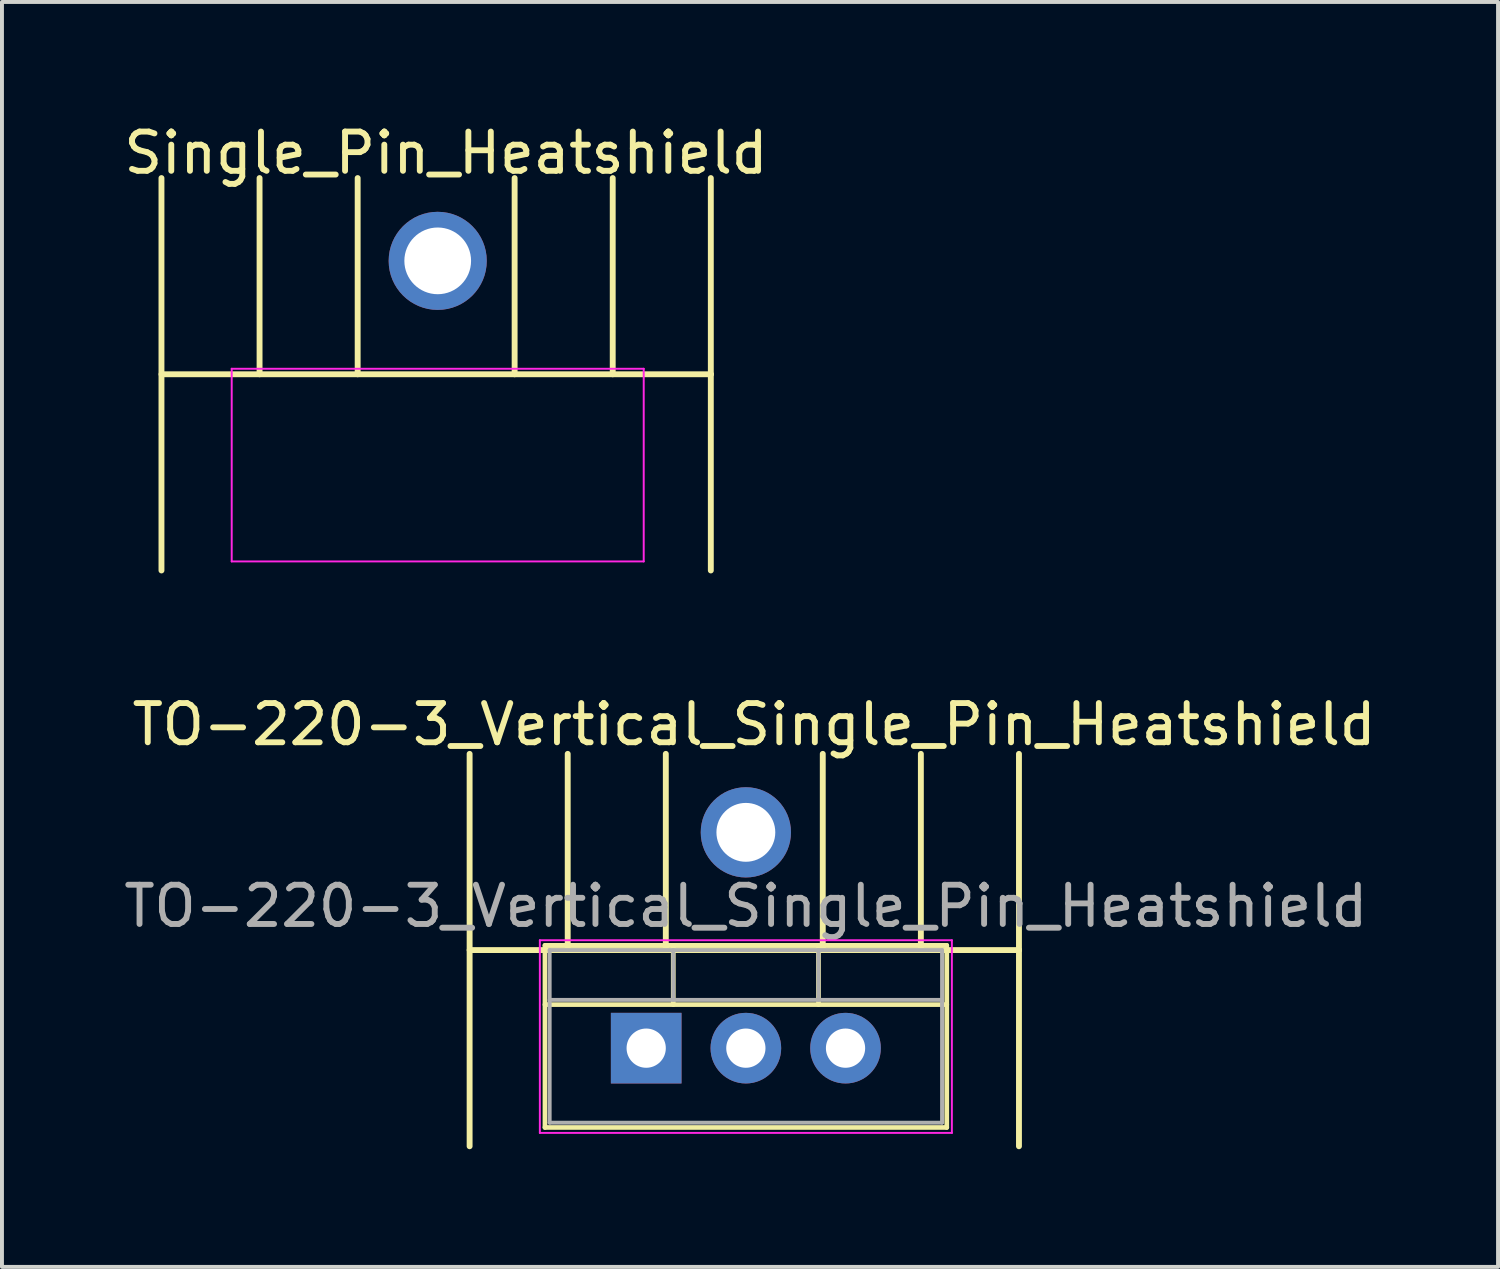
<source format=kicad_pcb>
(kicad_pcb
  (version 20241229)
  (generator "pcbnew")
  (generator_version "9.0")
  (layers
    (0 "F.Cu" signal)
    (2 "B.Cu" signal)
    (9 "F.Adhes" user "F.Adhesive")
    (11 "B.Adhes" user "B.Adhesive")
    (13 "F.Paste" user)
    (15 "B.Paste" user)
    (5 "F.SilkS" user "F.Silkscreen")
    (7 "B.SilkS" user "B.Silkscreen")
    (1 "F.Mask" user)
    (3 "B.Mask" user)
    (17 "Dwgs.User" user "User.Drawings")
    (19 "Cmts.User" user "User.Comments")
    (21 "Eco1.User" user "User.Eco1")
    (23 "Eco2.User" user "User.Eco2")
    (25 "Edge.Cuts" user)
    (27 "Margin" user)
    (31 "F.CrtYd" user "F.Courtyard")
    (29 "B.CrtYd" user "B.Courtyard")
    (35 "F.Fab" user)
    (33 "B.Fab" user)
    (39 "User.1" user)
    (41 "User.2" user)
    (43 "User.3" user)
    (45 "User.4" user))
  (footprint "TO-220-3_Vertical_Single_Pin_Heatshield"
    (layer "F.Cu")
    (at 13.418 23.662)
    (property "Reference" "TO-220-3_Vertical_Single_Pin_Heatshield" (at 2.75 -8.25 0) (layer "F.SilkS") (effects (font (size 1 1) (thickness 0.15))))
    (attr through_hole)
    (fp_line (start -4.5 -2.5) (end 9.5 -2.5) (stroke (width 0.15) (type solid)) (layer "F.SilkS"))
    (fp_line (start -4.5 2.5) (end -4.5 -7.5) (stroke (width 0.15) (type solid)) (layer "F.SilkS"))
    (fp_line (start -2.58 -2.62) (end -2.58 2.021) (stroke (width 0.12) (type solid)) (layer "F.SilkS"))
    (fp_line (start -2.58 -2.62) (end 7.66 -2.62) (stroke (width 0.12) (type solid)) (layer "F.SilkS"))
    (fp_line (start -2.58 -1.11) (end 7.66 -1.11) (stroke (width 0.12) (type solid)) (layer "F.SilkS"))
    (fp_line (start -2.58 2.021) (end 7.66 2.021) (stroke (width 0.12) (type solid)) (layer "F.SilkS"))
    (fp_line (start -2 -7.5) (end -2 -2.5) (stroke (width 0.15) (type solid)) (layer "F.SilkS"))
    (fp_line (start 0.5 -7.5) (end 0.5 -2.5) (stroke (width 0.15) (type solid)) (layer "F.SilkS"))
    (fp_line (start 0.69 -2.62) (end 0.69 -1.11) (stroke (width 0.12) (type solid)) (layer "F.SilkS"))
    (fp_line (start 4.391 -2.62) (end 4.391 -1.11) (stroke (width 0.12) (type solid)) (layer "F.SilkS"))
    (fp_line (start 4.5 -2.5) (end 4.5 -7.5) (stroke (width 0.15) (type solid)) (layer "F.SilkS"))
    (fp_line (start 7 -2.5) (end 7 -7.5) (stroke (width 0.15) (type solid)) (layer "F.SilkS"))
    (fp_line (start 7.66 -2.62) (end 7.66 2.021) (stroke (width 0.12) (type solid)) (layer "F.SilkS"))
    (fp_line (start 9.5 -2.5) (end 9.5 -7.5) (stroke (width 0.15) (type solid)) (layer "F.SilkS"))
    (fp_line (start 9.5 -2.5) (end 9.5 2.5) (stroke (width 0.15) (type solid)) (layer "F.SilkS"))
    (fp_line (start -2.71 -2.75) (end -2.71 2.16) (stroke (width 0.05) (type solid)) (layer "F.CrtYd"))
    (fp_line (start -2.71 2.16) (end 7.79 2.16) (stroke (width 0.05) (type solid)) (layer "F.CrtYd"))
    (fp_line (start 7.79 -2.75) (end -2.71 -2.75) (stroke (width 0.05) (type solid)) (layer "F.CrtYd"))
    (fp_line (start 7.79 2.16) (end 7.79 -2.75) (stroke (width 0.05) (type solid)) (layer "F.CrtYd"))
    (fp_line (start -2.46 -2.5) (end -2.46 1.9) (stroke (width 0.1) (type solid)) (layer "F.Fab"))
    (fp_line (start -2.46 -1.23) (end 7.54 -1.23) (stroke (width 0.1) (type solid)) (layer "F.Fab"))
    (fp_line (start -2.46 1.9) (end 7.54 1.9) (stroke (width 0.1) (type solid)) (layer "F.Fab"))
    (fp_line (start 0.69 -2.5) (end 0.69 -1.23) (stroke (width 0.1) (type solid)) (layer "F.Fab"))
    (fp_line (start 4.39 -2.5) (end 4.39 -1.23) (stroke (width 0.1) (type solid)) (layer "F.Fab"))
    (fp_line (start 7.54 -2.5) (end -2.46 -2.5) (stroke (width 0.1) (type solid)) (layer "F.Fab"))
    (fp_line (start 7.54 1.9) (end 7.54 -2.5) (stroke (width 0.1) (type solid)) (layer "F.Fab"))
    (fp_text user "${REFERENCE}" (at 2.54 -3.62 0) (layer "F.Fab") (effects (font (size 1 1) (thickness 0.15))))
    (pad "1" thru_hole rect (at 0 0) (size 1.8 1.8) (drill 1) (layers "*.Cu" "*.Mask"))
    (pad "2" thru_hole oval (at 2.54 -5.5) (size 2.3 2.3) (drill 1.5) (layers "*.Cu" "*.Mask"))
    (pad "2" thru_hole oval (at 2.54 0) (size 1.8 1.8) (drill 1) (layers "*.Cu" "*.Mask"))
    (pad "3" thru_hole oval (at 5.08 0) (size 1.8 1.8) (drill 1) (layers "*.Cu" "*.Mask")))
  (footprint "Single_Pin_Heatshield"
    (layer "F.Cu")
    (at 5.565 9.098)
    (property "Reference" "Single_Pin_Heatshield" (at 2.75 -8.25 0) (layer "F.SilkS") (effects (font (size 1 1) (thickness 0.15))))
    (attr through_hole)
    (fp_line (start -4.5 -2.61) (end 9.5 -2.61) (stroke (width 0.15) (type solid)) (layer "F.SilkS"))
    (fp_line (start -4.5 2.39) (end -4.5 -7.61) (stroke (width 0.15) (type solid)) (layer "F.SilkS"))
    (fp_line (start -2 -7.61) (end -2 -2.61) (stroke (width 0.15) (type solid)) (layer "F.SilkS"))
    (fp_line (start 0.5 -7.61) (end 0.5 -2.61) (stroke (width 0.15) (type solid)) (layer "F.SilkS"))
    (fp_line (start 4.5 -2.61) (end 4.5 -7.61) (stroke (width 0.15) (type solid)) (layer "F.SilkS"))
    (fp_line (start 7 -2.61) (end 7 -7.61) (stroke (width 0.15) (type solid)) (layer "F.SilkS"))
    (fp_line (start 9.5 -2.61) (end 9.5 -7.61) (stroke (width 0.15) (type solid)) (layer "F.SilkS"))
    (fp_line (start 9.5 -2.61) (end 9.5 2.39) (stroke (width 0.15) (type solid)) (layer "F.SilkS"))
    (fp_line (start -2.71 -2.75) (end -2.71 2.16) (stroke (width 0.05) (type solid)) (layer "F.CrtYd"))
    (fp_line (start -2.71 2.16) (end 7.79 2.16) (stroke (width 0.05) (type solid)) (layer "F.CrtYd"))
    (fp_line (start 7.79 -2.75) (end -2.71 -2.75) (stroke (width 0.05) (type solid)) (layer "F.CrtYd"))
    (fp_line (start 7.79 2.16) (end 7.79 -2.75) (stroke (width 0.05) (type solid)) (layer "F.CrtYd"))
    (pad "1" thru_hole oval (at 2.54 -5.5) (size 2.5 2.5) (drill 1.7) (layers "*.Cu" "*.Mask")))
  (gr_rect
    (start -3 -3)
    (end 35.127 29.236)
    (stroke (width 0.1) (type default))
    (fill no)
    (layer "Edge.Cuts")))
</source>
